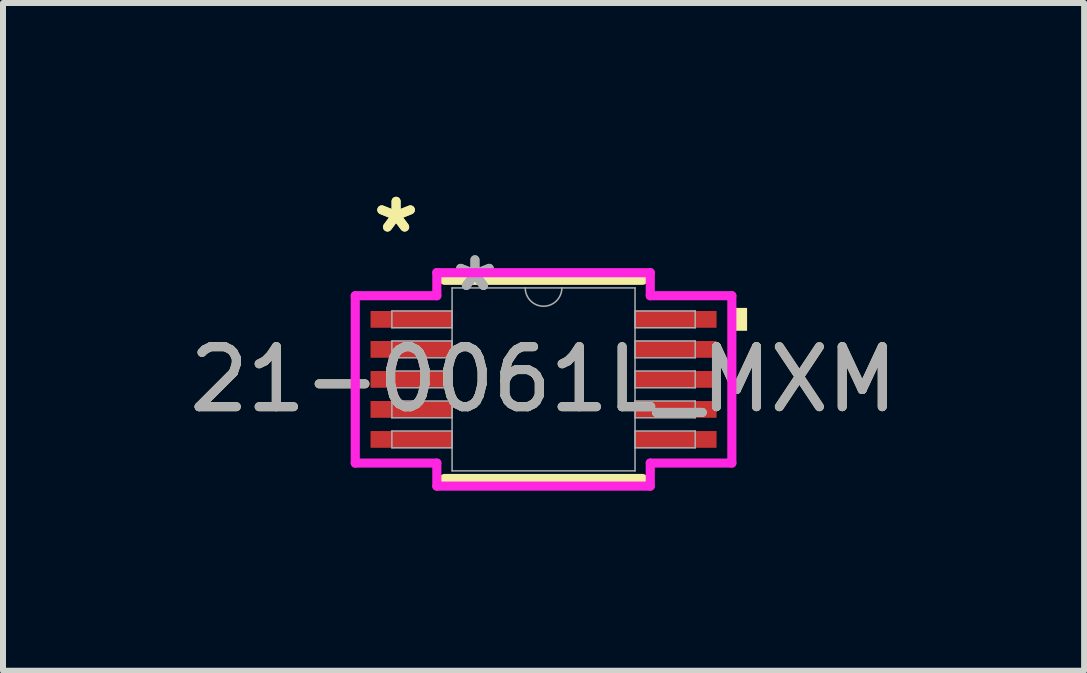
<source format=kicad_pcb>
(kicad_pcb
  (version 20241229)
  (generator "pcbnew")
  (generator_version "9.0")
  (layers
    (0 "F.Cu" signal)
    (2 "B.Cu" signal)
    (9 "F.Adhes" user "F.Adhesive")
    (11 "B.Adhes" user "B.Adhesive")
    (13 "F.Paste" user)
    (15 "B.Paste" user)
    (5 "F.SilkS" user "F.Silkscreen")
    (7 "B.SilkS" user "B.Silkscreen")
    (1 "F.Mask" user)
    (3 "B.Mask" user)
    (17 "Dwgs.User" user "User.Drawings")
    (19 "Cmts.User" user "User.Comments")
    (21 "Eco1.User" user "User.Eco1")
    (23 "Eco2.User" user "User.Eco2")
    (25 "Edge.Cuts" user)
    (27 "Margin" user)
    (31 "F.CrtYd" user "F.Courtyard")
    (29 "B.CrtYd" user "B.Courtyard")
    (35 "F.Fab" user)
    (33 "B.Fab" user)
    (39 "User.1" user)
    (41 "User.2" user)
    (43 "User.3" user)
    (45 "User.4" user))
  (footprint "21-0061L_MXM"
    (layer "F.Cu")
    (at 6.006 3.271)
    (property "Reference" "21-0061L_MXM" (at 0 0 0) (unlocked yes) (layer "F.SilkS") (effects (font (size 1 1) (thickness 0.15))))
    (attr smd)
    (fp_line (start -1.651 1.651) (end 1.651 1.651) (stroke (width 0.152) (type solid)) (layer "F.SilkS"))
    (fp_line (start 1.651 -1.651) (end -1.651 -1.651) (stroke (width 0.152) (type solid)) (layer "F.SilkS"))
    (fp_poly (pts (xy 3.391 -1.191) (xy 3.391 -0.81) (xy 3.137 -0.81) (xy 3.137 -1.191)) (stroke (width 0) (type solid)) (fill yes) (layer "F.SilkS"))
    (fp_line (start -3.137 -1.394) (end -1.778 -1.394) (stroke (width 0.152) (type solid)) (layer "F.CrtYd"))
    (fp_line (start -3.137 1.394) (end -3.137 -1.394) (stroke (width 0.152) (type solid)) (layer "F.CrtYd"))
    (fp_line (start -3.137 1.394) (end -1.778 1.394) (stroke (width 0.152) (type solid)) (layer "F.CrtYd"))
    (fp_line (start -1.778 -1.778) (end 1.778 -1.778) (stroke (width 0.152) (type solid)) (layer "F.CrtYd"))
    (fp_line (start -1.778 -1.394) (end -1.778 -1.778) (stroke (width 0.152) (type solid)) (layer "F.CrtYd"))
    (fp_line (start -1.778 1.778) (end -1.778 1.394) (stroke (width 0.152) (type solid)) (layer "F.CrtYd"))
    (fp_line (start 1.778 -1.778) (end 1.778 -1.394) (stroke (width 0.152) (type solid)) (layer "F.CrtYd"))
    (fp_line (start 1.778 1.394) (end 1.778 1.778) (stroke (width 0.152) (type solid)) (layer "F.CrtYd"))
    (fp_line (start 1.778 1.778) (end -1.778 1.778) (stroke (width 0.152) (type solid)) (layer "F.CrtYd"))
    (fp_line (start 3.137 -1.394) (end 1.778 -1.394) (stroke (width 0.152) (type solid)) (layer "F.CrtYd"))
    (fp_line (start 3.137 -1.394) (end 3.137 1.394) (stroke (width 0.152) (type solid)) (layer "F.CrtYd"))
    (fp_line (start 3.137 1.394) (end 1.778 1.394) (stroke (width 0.152) (type solid)) (layer "F.CrtYd"))
    (fp_line (start -2.527 -1.14) (end -2.527 -0.86) (stroke (width 0.025) (type solid)) (layer "F.Fab"))
    (fp_line (start -2.527 -0.86) (end -1.524 -0.86) (stroke (width 0.025) (type solid)) (layer "F.Fab"))
    (fp_line (start -2.527 -0.64) (end -2.527 -0.36) (stroke (width 0.025) (type solid)) (layer "F.Fab"))
    (fp_line (start -2.527 -0.36) (end -1.524 -0.36) (stroke (width 0.025) (type solid)) (layer "F.Fab"))
    (fp_line (start -2.527 -0.14) (end -2.527 0.14) (stroke (width 0.025) (type solid)) (layer "F.Fab"))
    (fp_line (start -2.527 0.14) (end -1.524 0.14) (stroke (width 0.025) (type solid)) (layer "F.Fab"))
    (fp_line (start -2.527 0.36) (end -2.527 0.64) (stroke (width 0.025) (type solid)) (layer "F.Fab"))
    (fp_line (start -2.527 0.64) (end -1.524 0.64) (stroke (width 0.025) (type solid)) (layer "F.Fab"))
    (fp_line (start -2.527 0.86) (end -2.527 1.14) (stroke (width 0.025) (type solid)) (layer "F.Fab"))
    (fp_line (start -2.527 1.14) (end -1.524 1.14) (stroke (width 0.025) (type solid)) (layer "F.Fab"))
    (fp_line (start -1.524 -1.524) (end -1.524 1.524) (stroke (width 0.025) (type solid)) (layer "F.Fab"))
    (fp_line (start -1.524 -1.14) (end -2.527 -1.14) (stroke (width 0.025) (type solid)) (layer "F.Fab"))
    (fp_line (start -1.524 -0.86) (end -1.524 -1.14) (stroke (width 0.025) (type solid)) (layer "F.Fab"))
    (fp_line (start -1.524 -0.64) (end -2.527 -0.64) (stroke (width 0.025) (type solid)) (layer "F.Fab"))
    (fp_line (start -1.524 -0.36) (end -1.524 -0.64) (stroke (width 0.025) (type solid)) (layer "F.Fab"))
    (fp_line (start -1.524 -0.14) (end -2.527 -0.14) (stroke (width 0.025) (type solid)) (layer "F.Fab"))
    (fp_line (start -1.524 0.14) (end -1.524 -0.14) (stroke (width 0.025) (type solid)) (layer "F.Fab"))
    (fp_line (start -1.524 0.36) (end -2.527 0.36) (stroke (width 0.025) (type solid)) (layer "F.Fab"))
    (fp_line (start -1.524 0.64) (end -1.524 0.36) (stroke (width 0.025) (type solid)) (layer "F.Fab"))
    (fp_line (start -1.524 0.86) (end -2.527 0.86) (stroke (width 0.025) (type solid)) (layer "F.Fab"))
    (fp_line (start -1.524 1.14) (end -1.524 0.86) (stroke (width 0.025) (type solid)) (layer "F.Fab"))
    (fp_line (start -1.524 1.524) (end 1.524 1.524) (stroke (width 0.025) (type solid)) (layer "F.Fab"))
    (fp_line (start 1.524 -1.524) (end -1.524 -1.524) (stroke (width 0.025) (type solid)) (layer "F.Fab"))
    (fp_line (start 1.524 -1.14) (end 1.524 -0.86) (stroke (width 0.025) (type solid)) (layer "F.Fab"))
    (fp_line (start 1.524 -0.86) (end 2.527 -0.86) (stroke (width 0.025) (type solid)) (layer "F.Fab"))
    (fp_line (start 1.524 -0.64) (end 1.524 -0.36) (stroke (width 0.025) (type solid)) (layer "F.Fab"))
    (fp_line (start 1.524 -0.36) (end 2.527 -0.36) (stroke (width 0.025) (type solid)) (layer "F.Fab"))
    (fp_line (start 1.524 -0.14) (end 1.524 0.14) (stroke (width 0.025) (type solid)) (layer "F.Fab"))
    (fp_line (start 1.524 0.14) (end 2.527 0.14) (stroke (width 0.025) (type solid)) (layer "F.Fab"))
    (fp_line (start 1.524 0.36) (end 1.524 0.64) (stroke (width 0.025) (type solid)) (layer "F.Fab"))
    (fp_line (start 1.524 0.64) (end 2.527 0.64) (stroke (width 0.025) (type solid)) (layer "F.Fab"))
    (fp_line (start 1.524 0.86) (end 1.524 1.14) (stroke (width 0.025) (type solid)) (layer "F.Fab"))
    (fp_line (start 1.524 1.14) (end 2.527 1.14) (stroke (width 0.025) (type solid)) (layer "F.Fab"))
    (fp_line (start 1.524 1.524) (end 1.524 -1.524) (stroke (width 0.025) (type solid)) (layer "F.Fab"))
    (fp_line (start 2.527 -1.14) (end 1.524 -1.14) (stroke (width 0.025) (type solid)) (layer "F.Fab"))
    (fp_line (start 2.527 -0.86) (end 2.527 -1.14) (stroke (width 0.025) (type solid)) (layer "F.Fab"))
    (fp_line (start 2.527 -0.64) (end 1.524 -0.64) (stroke (width 0.025) (type solid)) (layer "F.Fab"))
    (fp_line (start 2.527 -0.36) (end 2.527 -0.64) (stroke (width 0.025) (type solid)) (layer "F.Fab"))
    (fp_line (start 2.527 -0.14) (end 1.524 -0.14) (stroke (width 0.025) (type solid)) (layer "F.Fab"))
    (fp_line (start 2.527 0.14) (end 2.527 -0.14) (stroke (width 0.025) (type solid)) (layer "F.Fab"))
    (fp_line (start 2.527 0.36) (end 1.524 0.36) (stroke (width 0.025) (type solid)) (layer "F.Fab"))
    (fp_line (start 2.527 0.64) (end 2.527 0.36) (stroke (width 0.025) (type solid)) (layer "F.Fab"))
    (fp_line (start 2.527 0.86) (end 1.524 0.86) (stroke (width 0.025) (type solid)) (layer "F.Fab"))
    (fp_line (start 2.527 1.14) (end 2.527 0.86) (stroke (width 0.025) (type solid)) (layer "F.Fab"))
    (fp_arc (start 0.3048 -1.524) (mid 0 -1.2192) (end -0.3048 -1.524) (stroke (width 0.0254) (type solid)) (layer "F.Fab"))
    (fp_text user "*" (at -2.457 -2.422 0) (unlocked yes) (layer "F.SilkS") (effects (font (size 1 1) (thickness 0.15))))
    (fp_text user "*" (at -2.457 -2.422 0) (layer "F.SilkS") (effects (font (size 1 1) (thickness 0.15))))
    (fp_text user "*" (at -1.143 -1.448 0) (unlocked yes) (layer "F.Fab") (effects (font (size 1 1) (thickness 0.15))))
    (fp_text user "${REFERENCE}" (at 0 0 0) (unlocked yes) (layer "F.Fab") (effects (font (size 1 1) (thickness 0.15))))
    (fp_text user "*" (at -1.143 -1.448 0) (layer "F.Fab") (effects (font (size 1 1) (thickness 0.15))))
    (pad "1" smd rect (at -2.203 -1) (size 1.359 0.279) (layers "F.Cu" "F.Mask" "F.Paste"))
    (pad "2" smd rect (at -2.203 -0.5) (size 1.359 0.279) (layers "F.Cu" "F.Mask" "F.Paste"))
    (pad "3" smd rect (at -2.203 0) (size 1.359 0.279) (layers "F.Cu" "F.Mask" "F.Paste"))
    (pad "4" smd rect (at -2.203 0.5) (size 1.359 0.279) (layers "F.Cu" "F.Mask" "F.Paste"))
    (pad "5" smd rect (at -2.203 1) (size 1.359 0.279) (layers "F.Cu" "F.Mask" "F.Paste"))
    (pad "6" smd rect (at 2.203 1) (size 1.359 0.279) (layers "F.Cu" "F.Mask" "F.Paste"))
    (pad "7" smd rect (at 2.203 0.5) (size 1.359 0.279) (layers "F.Cu" "F.Mask" "F.Paste"))
    (pad "8" smd rect (at 2.203 0) (size 1.359 0.279) (layers "F.Cu" "F.Mask" "F.Paste"))
    (pad "9" smd rect (at 2.203 -0.5) (size 1.359 0.279) (layers "F.Cu" "F.Mask" "F.Paste"))
    (pad "10" smd rect (at 2.203 -1) (size 1.359 0.279) (layers "F.Cu" "F.Mask" "F.Paste")))
  (gr_rect
    (start -3 -3)
    (end 15.012 8.125)
    (stroke (width 0.1) (type default))
    (fill no)
    (layer "Edge.Cuts")))
</source>
